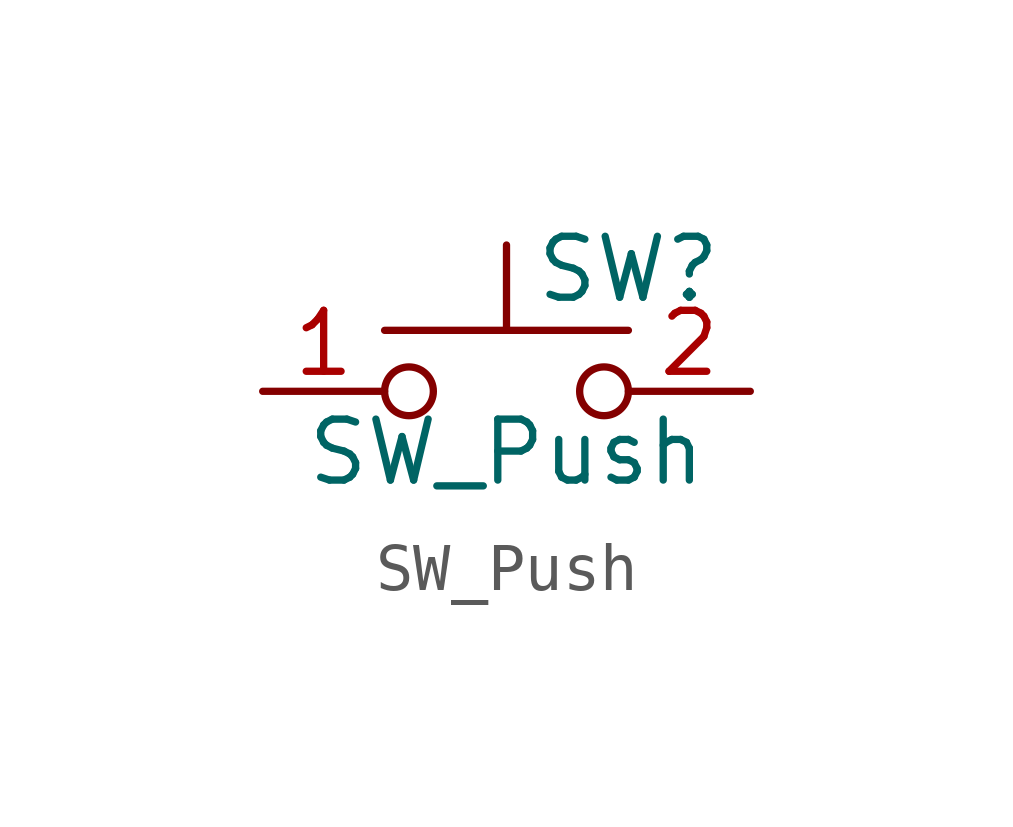
<source format=kicad_sym>
(kicad_symbol_lib
  (version 20211014)
  (generator kicad_symbol_editor)
  (symbol "SW_Push"
    (pin_names
      (offset 1.016) hide)
    (property "Reference" "SW"
      (at 2.54 2.54 0)
      (effects (font (size 1.27 1.27))))
    (property "Value" "SW_Push"
      (at 0 -1.27 0)
      (effects (font (size 1.27 1.27))))
    (property "Footprint" ""
      (at 0 0 0)
      (effects (font (size 1.27 1.27))))
    (property "Datasheet" ""
      (at 0 0 0)
      (effects (font (size 1.27 1.27))))
    (symbol "SW_Push_0_1"
      (circle (center -2.032 0) (radius 0.508) (stroke (width 0) (type default) (color 0 0 0 0)) (fill (type none)))
      (polyline (pts (xy 0 1.27) (xy 0 3.048)) (stroke (width 0) (type default) (color 0 0 0 0)) (fill (type none)))
      (polyline (pts (xy 2.54 1.27) (xy -2.54 1.27)) (stroke (width 0) (type default) (color 0 0 0 0)) (fill (type none)))
      (circle (center 2.032 0) (radius 0.508) (stroke (width 0) (type default) (color 0 0 0 0)) (fill (type none)))
      (pin passive line (at -5.08 0 0) (length 2.54) (name "1" (effects (font (size 1.27 1.27)))) (number "1" (effects (font (size 1.27 1.27)))))
      (pin passive line (at 5.08 0 180) (length 2.54) (name "2" (effects (font (size 1.27 1.27)))) (number "2" (effects (font (size 1.27 1.27))))))))
</source>
